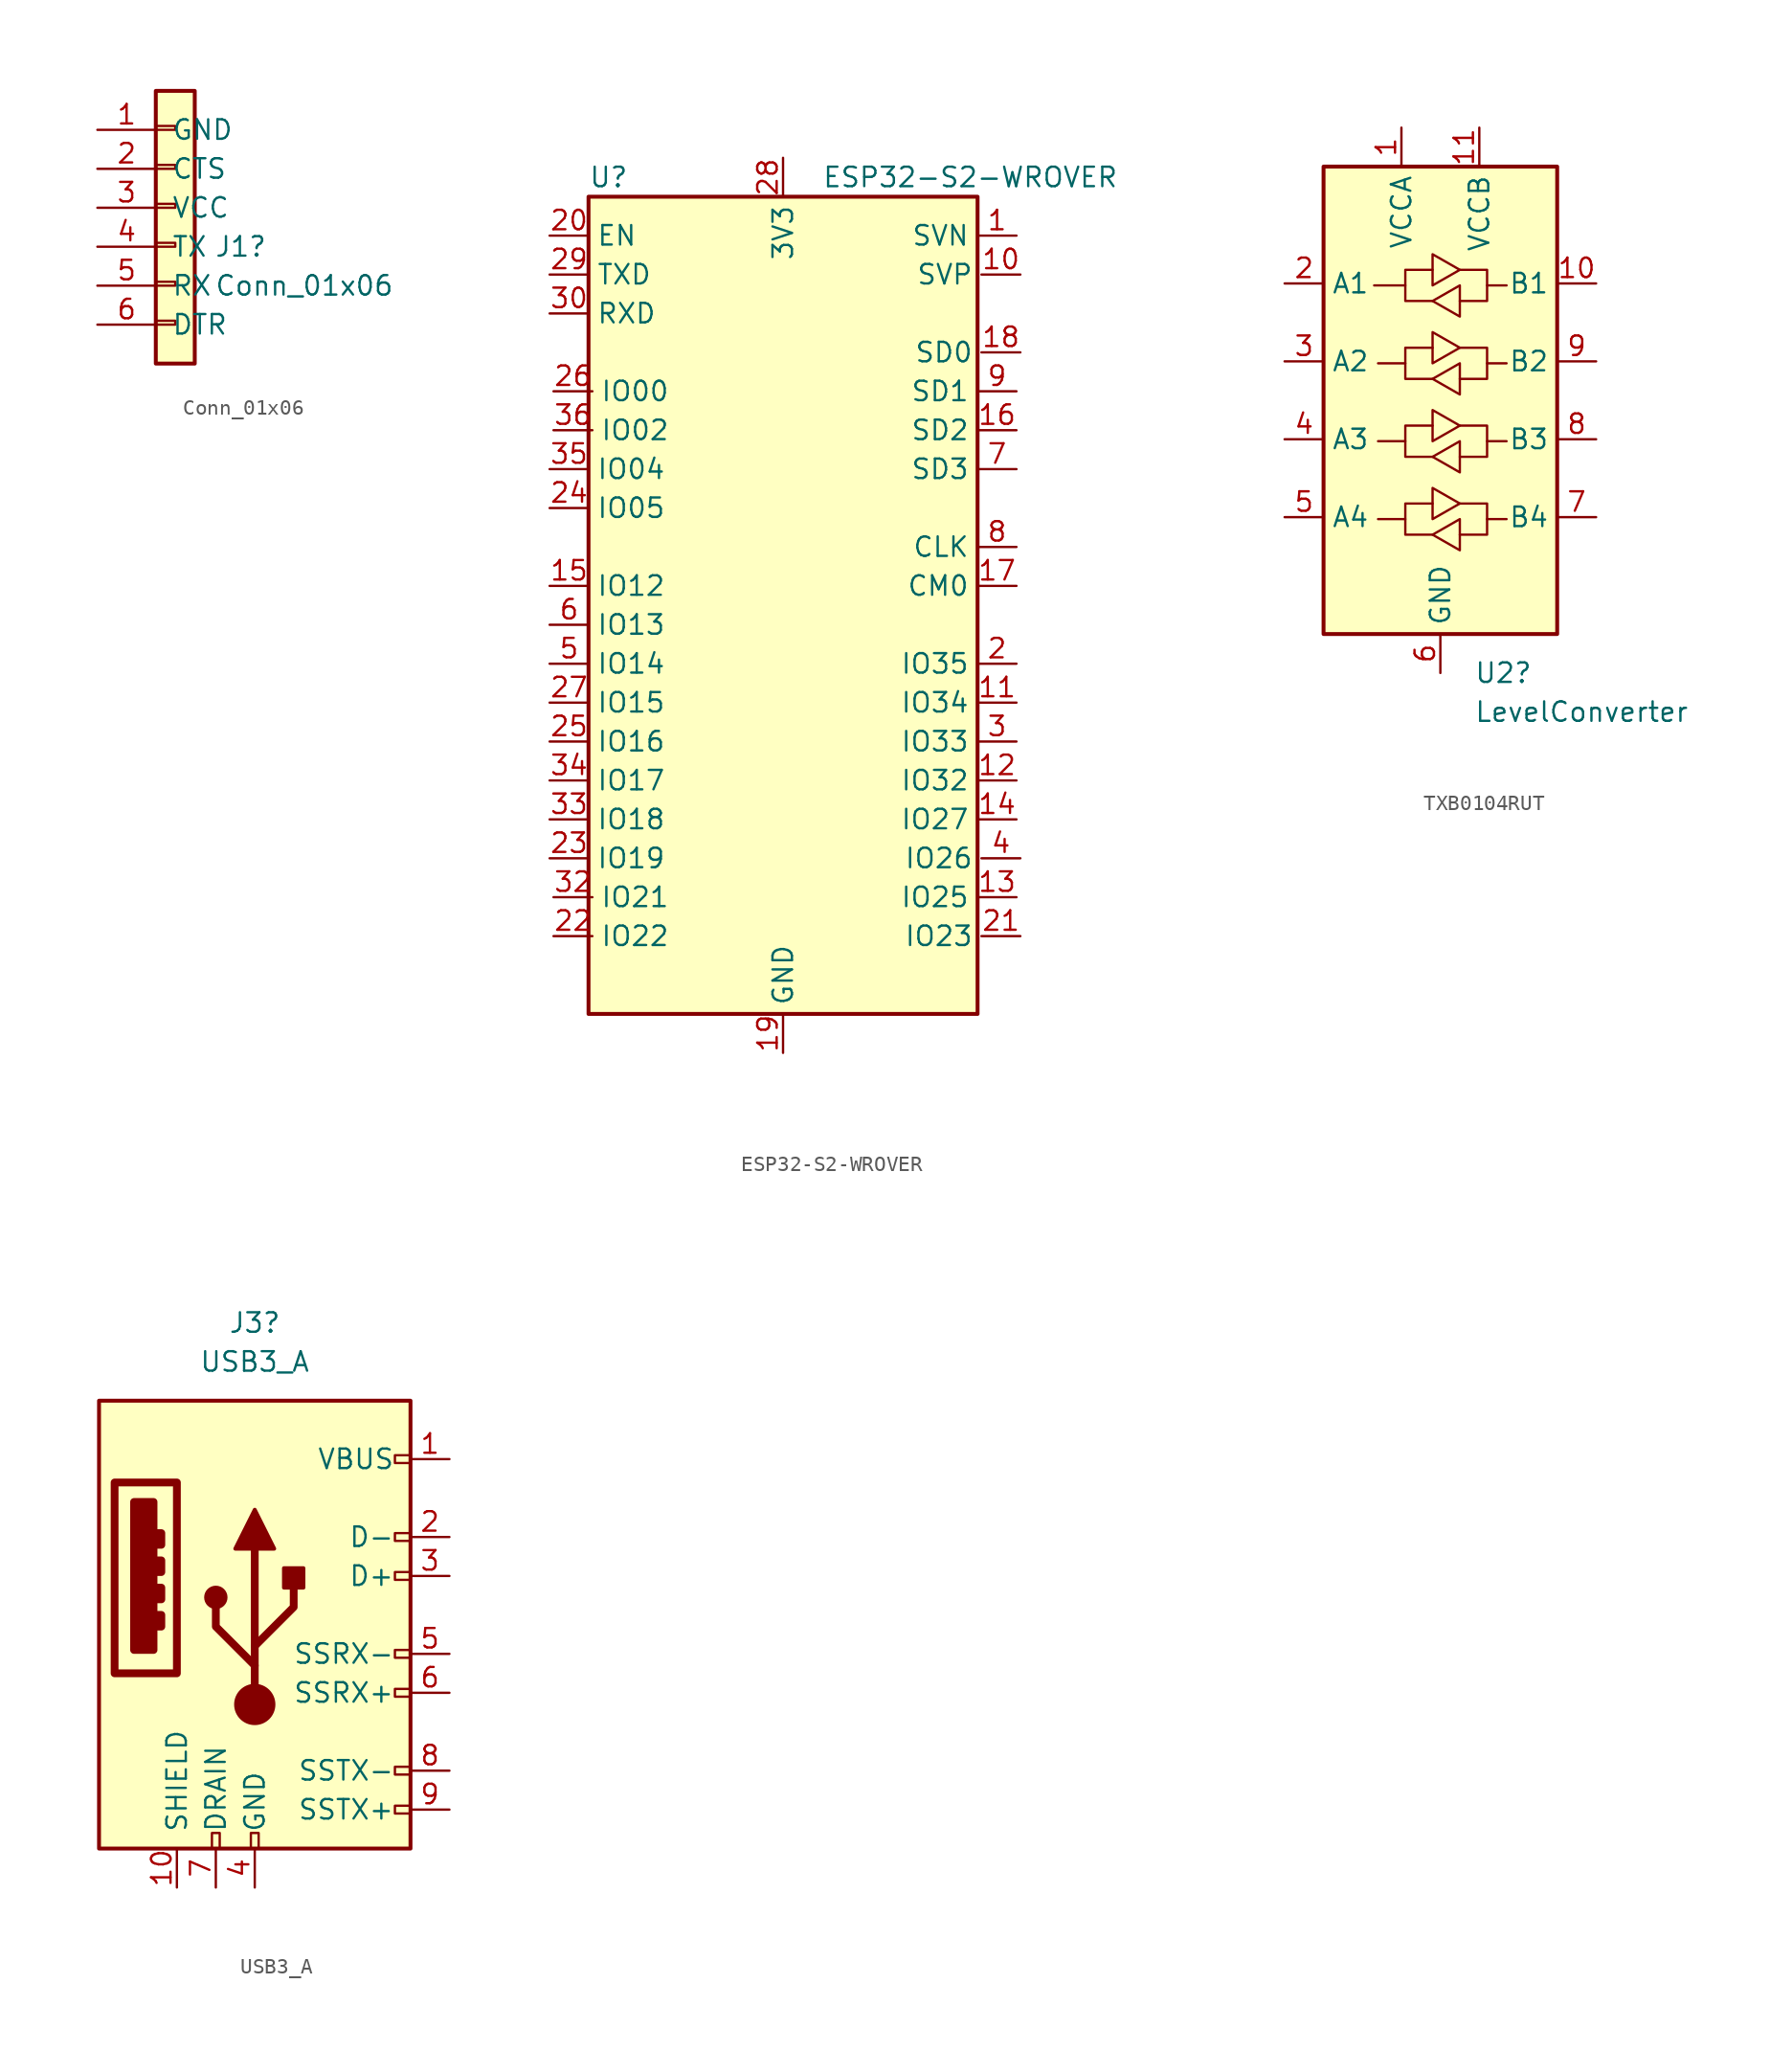
<source format=kicad_sym>
(kicad_symbol_lib
  (version 20220914)
  (generator kicad_symbol_editor)
  (symbol "Conn_01x06"
    (pin_names
      (offset 1.016))
    (property "Reference" "J1"
      (at 2.54 0 0)
      (effects (font (size 1.27 1.27)) (justify left)))
    (property "Value" "Conn_01x06"
      (at 2.54 -2.54 0)
      (effects (font (size 1.27 1.27)) (justify left)))
    (symbol "Conn_01x06_1_1"
      (rectangle (start -1.27 -4.826) (end 0 -5.08) (stroke (width 0.152) (type default)) (fill (type none)))
      (rectangle (start -1.27 -2.286) (end 0 -2.54) (stroke (width 0.152) (type default)) (fill (type none)))
      (rectangle (start -1.27 0.254) (end 0 0) (stroke (width 0.152) (type default)) (fill (type none)))
      (rectangle (start -1.27 2.794) (end 0 2.54) (stroke (width 0.152) (type default)) (fill (type none)))
      (rectangle (start -1.27 5.334) (end 0 5.08) (stroke (width 0.152) (type default)) (fill (type none)))
      (rectangle (start -1.27 7.874) (end 0 7.62) (stroke (width 0.152) (type default)) (fill (type none)))
      (rectangle (start -1.27 10.16) (end 1.27 -7.62) (stroke (width 0.254) (type default)) (fill (type background)))
      (pin passive line (at -5.08 7.62 0) (length 3.81) (name "GND" (effects (font (size 1.27 1.27)))) (number "1" (effects (font (size 1.27 1.27)))))
      (pin passive line (at -5.08 5.08 0) (length 3.81) (name "CTS" (effects (font (size 1.27 1.27)))) (number "2" (effects (font (size 1.27 1.27)))))
      (pin passive line (at -5.08 2.54 0) (length 3.81) (name "VCC" (effects (font (size 1.27 1.27)))) (number "3" (effects (font (size 1.27 1.27)))))
      (pin passive line (at -5.08 0 0) (length 3.81) (name "TX" (effects (font (size 1.27 1.27)))) (number "4" (effects (font (size 1.27 1.27)))))
      (pin passive line (at -5.08 -2.54 0) (length 3.81) (name "RX" (effects (font (size 1.27 1.27)))) (number "5" (effects (font (size 1.27 1.27)))))
      (pin passive line (at -5.08 -5.08 0) (length 3.81) (name "DTR" (effects (font (size 1.27 1.27)))) (number "6" (effects (font (size 1.27 1.27)))))))
  (symbol "ESP32-S2-WROVER"
    (property "Reference" "U"
      (at -12.7 29.21 0)
      (effects (font (size 1.27 1.27)) (justify left)))
    (property "Value" "ESP32-S2-WROVER"
      (at 2.54 29.21 0)
      (effects (font (size 1.27 1.27)) (justify left)))
    (symbol "ESP32-S2-WROVER_0_1"
      (rectangle (start -12.7 27.94) (end 12.7 -25.4) (stroke (width 0.254) (type default)) (fill (type background))))
    (symbol "ESP32-S2-WROVER_1_1"
      (pin bidirectional line (at 15.24 25.4 180) (length 2.54) (name "SVN" (effects (font (size 1.27 1.27)))) (number "1" (effects (font (size 1.27 1.27)))))
      (pin bidirectional line (at 15.494 22.86 180) (length 2.54) (name "SVP" (effects (font (size 1.27 1.27)))) (number "10" (effects (font (size 1.27 1.27)))))
      (pin bidirectional line (at 15.24 -5.08 180) (length 2.54) (name "IO34" (effects (font (size 1.27 1.27)))) (number "11" (effects (font (size 1.27 1.27)))))
      (pin bidirectional line (at 15.24 -10.16 180) (length 2.54) (name "IO32" (effects (font (size 1.27 1.27)))) (number "12" (effects (font (size 1.27 1.27)))))
      (pin bidirectional line (at 15.24 -17.78 180) (length 2.54) (name "IO25" (effects (font (size 1.27 1.27)))) (number "13" (effects (font (size 1.27 1.27)))))
      (pin bidirectional line (at 15.24 -12.7 180) (length 2.54) (name "IO27" (effects (font (size 1.27 1.27)))) (number "14" (effects (font (size 1.27 1.27)))))
      (pin bidirectional line (at -15.24 2.54 0) (length 2.54) (name "IO12" (effects (font (size 1.27 1.27)))) (number "15" (effects (font (size 1.27 1.27)))))
      (pin bidirectional line (at 15.24 12.7 180) (length 2.54) (name "SD2" (effects (font (size 1.27 1.27)))) (number "16" (effects (font (size 1.27 1.27)))))
      (pin bidirectional line (at 15.24 2.54 180) (length 2.54) (name "CM0" (effects (font (size 1.27 1.27)))) (number "17" (effects (font (size 1.27 1.27)))))
      (pin bidirectional line (at 15.494 17.78 180) (length 2.54) (name "SD0" (effects (font (size 1.27 1.27)))) (number "18" (effects (font (size 1.27 1.27)))))
      (pin power_in line (at 0 -27.94 90) (length 2.54) (name "GND" (effects (font (size 1.27 1.27)))) (number "19" (effects (font (size 1.27 1.27)))))
      (pin bidirectional line (at 15.24 -2.54 180) (length 2.54) (name "IO35" (effects (font (size 1.27 1.27)))) (number "2" (effects (font (size 1.27 1.27)))))
      (pin input line (at -15.24 25.4 0) (length 2.54) (name "EN" (effects (font (size 1.27 1.27)))) (number "20" (effects (font (size 1.27 1.27)))))
      (pin bidirectional line (at 15.494 -20.32 180) (length 2.54) (name "IO23" (effects (font (size 1.27 1.27)))) (number "21" (effects (font (size 1.27 1.27)))))
      (pin bidirectional line (at -14.986 -20.32 0) (length 2.54) (name "IO22" (effects (font (size 1.27 1.27)))) (number "22" (effects (font (size 1.27 1.27)))))
      (pin bidirectional line (at -15.24 -15.24 0) (length 2.54) (name "IO19" (effects (font (size 1.27 1.27)))) (number "23" (effects (font (size 1.27 1.27)))))
      (pin bidirectional line (at -15.24 7.62 0) (length 2.54) (name "IO05" (effects (font (size 1.27 1.27)))) (number "24" (effects (font (size 1.27 1.27)))))
      (pin bidirectional line (at -15.24 -7.62 0) (length 2.54) (name "IO16" (effects (font (size 1.27 1.27)))) (number "25" (effects (font (size 1.27 1.27)))))
      (pin bidirectional line (at -14.986 15.24 0) (length 2.54) (name "IO00" (effects (font (size 1.27 1.27)))) (number "26" (effects (font (size 1.27 1.27)))))
      (pin bidirectional line (at -15.24 -5.08 0) (length 2.54) (name "IO15" (effects (font (size 1.27 1.27)))) (number "27" (effects (font (size 1.27 1.27)))))
      (pin power_in line (at 0 30.48 270) (length 2.54) (name "3V3" (effects (font (size 1.27 1.27)))) (number "28" (effects (font (size 1.27 1.27)))))
      (pin bidirectional line (at -15.24 22.86 0) (length 2.54) (name "TXD" (effects (font (size 1.27 1.27)))) (number "29" (effects (font (size 1.27 1.27)))))
      (pin bidirectional line (at 15.24 -7.62 180) (length 2.54) (name "IO33" (effects (font (size 1.27 1.27)))) (number "3" (effects (font (size 1.27 1.27)))))
      (pin bidirectional line (at -15.24 20.32 0) (length 2.54) (name "RXD" (effects (font (size 1.27 1.27)))) (number "30" (effects (font (size 1.27 1.27)))))
      (pin passive line (at 0 -27.94 90) (length 2.54) hide (name "GND" (effects (font (size 1.27 1.27)))) (number "31" (effects (font (size 1.27 1.27)))))
      (pin bidirectional line (at -14.986 -17.78 0) (length 2.54) (name "IO21" (effects (font (size 1.27 1.27)))) (number "32" (effects (font (size 1.27 1.27)))))
      (pin bidirectional line (at -15.24 -12.7 0) (length 2.54) (name "IO18" (effects (font (size 1.27 1.27)))) (number "33" (effects (font (size 1.27 1.27)))))
      (pin bidirectional line (at -15.24 -10.16 0) (length 2.54) (name "IO17" (effects (font (size 1.27 1.27)))) (number "34" (effects (font (size 1.27 1.27)))))
      (pin bidirectional line (at -15.24 10.16 0) (length 2.54) (name "IO04" (effects (font (size 1.27 1.27)))) (number "35" (effects (font (size 1.27 1.27)))))
      (pin bidirectional line (at -14.986 12.7 0) (length 2.54) (name "IO02" (effects (font (size 1.27 1.27)))) (number "36" (effects (font (size 1.27 1.27)))))
      (pin bidirectional line (at 15.494 -15.24 180) (length 2.54) (name "IO26" (effects (font (size 1.27 1.27)))) (number "4" (effects (font (size 1.27 1.27)))))
      (pin bidirectional line (at -15.24 -2.54 0) (length 2.54) (name "IO14" (effects (font (size 1.27 1.27)))) (number "5" (effects (font (size 1.27 1.27)))))
      (pin bidirectional line (at -15.24 0 0) (length 2.54) (name "IO13" (effects (font (size 1.27 1.27)))) (number "6" (effects (font (size 1.27 1.27)))))
      (pin bidirectional line (at 15.24 10.16 180) (length 2.54) (name "SD3" (effects (font (size 1.27 1.27)))) (number "7" (effects (font (size 1.27 1.27)))))
      (pin bidirectional line (at 15.24 5.08 180) (length 2.54) (name "CLK" (effects (font (size 1.27 1.27)))) (number "8" (effects (font (size 1.27 1.27)))))
      (pin input line (at 15.24 15.24 180) (length 2.54) (name "SD1" (effects (font (size 1.27 1.27)))) (number "9" (effects (font (size 1.27 1.27)))))))
  (symbol "TXB0104RUT"
    (property "Reference" "U2"
      (at 2.194 -17.78 0)
      (effects (font (size 1.27 1.27)) (justify left)))
    (property "Value" "LevelConverter"
      (at 2.194 -20.32 0)
      (effects (font (size 1.27 1.27)) (justify left)))
    (symbol "TXB0104RUT_0_1"
      (rectangle (start -7.62 15.24) (end 7.62 -15.24) (stroke (width 0.254) (type default)) (fill (type background)))
      (polyline (pts (xy -2.286 -7.747) (xy -2.286 -6.731) (xy -0.508 -6.731)) (stroke (width 0) (type default)) (fill (type none)))
      (polyline (pts (xy -2.286 -2.667) (xy -2.286 -1.651) (xy -0.508 -1.651)) (stroke (width 0) (type default)) (fill (type none)))
      (polyline (pts (xy -2.286 2.413) (xy -2.286 3.429) (xy -0.508 3.429)) (stroke (width 0) (type default)) (fill (type none)))
      (polyline (pts (xy -2.286 7.493) (xy -2.286 8.509) (xy -0.508 8.509)) (stroke (width 0) (type default)) (fill (type none)))
      (polyline (pts (xy 3.048 -7.747) (xy 3.048 -8.763) (xy 1.27 -8.763)) (stroke (width 0) (type default)) (fill (type none)))
      (polyline (pts (xy 3.048 -2.667) (xy 3.048 -3.683) (xy 1.27 -3.683)) (stroke (width 0) (type default)) (fill (type none)))
      (polyline (pts (xy 3.048 2.413) (xy 3.048 1.397) (xy 1.27 1.397)) (stroke (width 0) (type default)) (fill (type none)))
      (polyline (pts (xy 3.048 7.493) (xy 3.048 6.477) (xy 1.27 6.477)) (stroke (width 0) (type default)) (fill (type none)))
      (polyline (pts (xy -0.508 -8.763) (xy -2.286 -8.763) (xy -2.286 -7.747) (xy -4.064 -7.747)) (stroke (width 0) (type default)) (fill (type none)))
      (polyline (pts (xy -0.508 -8.763) (xy 1.27 -7.747) (xy 1.27 -9.779) (xy -0.508 -8.763)) (stroke (width 0) (type default)) (fill (type none)))
      (polyline (pts (xy -0.508 -3.683) (xy -2.286 -3.683) (xy -2.286 -2.667) (xy -4.064 -2.667)) (stroke (width 0) (type default)) (fill (type none)))
      (polyline (pts (xy -0.508 -3.683) (xy 1.27 -2.667) (xy 1.27 -4.699) (xy -0.508 -3.683)) (stroke (width 0) (type default)) (fill (type none)))
      (polyline (pts (xy -0.508 1.397) (xy -2.286 1.397) (xy -2.286 2.413) (xy -4.064 2.413)) (stroke (width 0) (type default)) (fill (type none)))
      (polyline (pts (xy -0.508 1.397) (xy 1.27 2.413) (xy 1.27 0.381) (xy -0.508 1.397)) (stroke (width 0) (type default)) (fill (type none)))
      (polyline (pts (xy -0.508 6.477) (xy -2.286 6.477) (xy -2.286 7.493) (xy -4.318 7.493)) (stroke (width 0) (type default)) (fill (type none)))
      (polyline (pts (xy -0.508 6.477) (xy 1.27 7.493) (xy 1.27 5.461) (xy -0.508 6.477)) (stroke (width 0) (type default)) (fill (type none)))
      (polyline (pts (xy 1.27 -6.731) (xy -0.508 -7.747) (xy -0.508 -5.715) (xy 1.27 -6.731)) (stroke (width 0) (type default)) (fill (type none)))
      (polyline (pts (xy 1.27 -6.731) (xy 3.048 -6.731) (xy 3.048 -7.747) (xy 4.318 -7.747)) (stroke (width 0) (type default)) (fill (type none)))
      (polyline (pts (xy 1.27 -1.651) (xy -0.508 -2.667) (xy -0.508 -0.635) (xy 1.27 -1.651)) (stroke (width 0) (type default)) (fill (type none)))
      (polyline (pts (xy 1.27 -1.651) (xy 3.048 -1.651) (xy 3.048 -2.667) (xy 4.318 -2.667)) (stroke (width 0) (type default)) (fill (type none)))
      (polyline (pts (xy 1.27 3.429) (xy -0.508 2.413) (xy -0.508 4.445) (xy 1.27 3.429)) (stroke (width 0) (type default)) (fill (type none)))
      (polyline (pts (xy 1.27 3.429) (xy 3.048 3.429) (xy 3.048 2.413) (xy 4.318 2.413)) (stroke (width 0) (type default)) (fill (type none)))
      (polyline (pts (xy 1.27 8.509) (xy -0.508 7.493) (xy -0.508 9.525) (xy 1.27 8.509)) (stroke (width 0) (type default)) (fill (type none)))
      (polyline (pts (xy 1.27 8.509) (xy 3.048 8.509) (xy 3.048 7.493) (xy 4.318 7.493)) (stroke (width 0) (type default)) (fill (type none))))
    (symbol "TXB0104RUT_1_1"
      (pin power_in line (at -2.54 17.78 270) (length 2.54) (name "VCCA" (effects (font (size 1.27 1.27)))) (number "1" (effects (font (size 1.27 1.27)))))
      (pin tri_state line (at 10.16 7.62 180) (length 2.54) (name "B1" (effects (font (size 1.27 1.27)))) (number "10" (effects (font (size 1.27 1.27)))))
      (pin power_in line (at 2.54 17.78 270) (length 2.54) (name "VCCB" (effects (font (size 1.27 1.27)))) (number "11" (effects (font (size 1.27 1.27)))))
      (pin tri_state line (at -10.16 7.62 0) (length 2.54) (name "A1" (effects (font (size 1.27 1.27)))) (number "2" (effects (font (size 1.27 1.27)))))
      (pin tri_state line (at -10.16 2.54 0) (length 2.54) (name "A2" (effects (font (size 1.27 1.27)))) (number "3" (effects (font (size 1.27 1.27)))))
      (pin tri_state line (at -10.16 -2.54 0) (length 2.54) (name "A3" (effects (font (size 1.27 1.27)))) (number "4" (effects (font (size 1.27 1.27)))))
      (pin tri_state line (at -10.16 -7.62 0) (length 2.54) (name "A4" (effects (font (size 1.27 1.27)))) (number "5" (effects (font (size 1.27 1.27)))))
      (pin power_in line (at 0 -17.78 90) (length 2.54) (name "GND" (effects (font (size 1.27 1.27)))) (number "6" (effects (font (size 1.27 1.27)))))
      (pin tri_state line (at 10.16 -7.62 180) (length 2.54) (name "B4" (effects (font (size 1.27 1.27)))) (number "7" (effects (font (size 1.27 1.27)))))
      (pin tri_state line (at 10.16 -2.54 180) (length 2.54) (name "B3" (effects (font (size 1.27 1.27)))) (number "8" (effects (font (size 1.27 1.27)))))
      (pin tri_state line (at 10.16 2.54 180) (length 2.54) (name "B2" (effects (font (size 1.27 1.27)))) (number "9" (effects (font (size 1.27 1.27)))))))
  (symbol "USB3_A"
    (pin_names
      (offset 1.016))
    (property "Reference" "J3"
      (at 0 19.05 0)
      (effects (font (size 1.27 1.27))))
    (property "Value" "USB3_A"
      (at 0 16.51 0)
      (effects (font (size 1.27 1.27))))
    (symbol "USB3_A_0_0"
      (rectangle (start -9.144 8.636) (end -5.08 -3.81) (stroke (width 0.508) (type default)) (fill (type none)))
      (rectangle (start -7.874 7.366) (end -6.604 -2.286) (stroke (width 0.508) (type default)) (fill (type outline)))
      (rectangle (start -6.35 0) (end -6.096 -0.762) (stroke (width 0.508) (type default)) (fill (type none)))
      (rectangle (start -6.35 1.778) (end -6.096 1.016) (stroke (width 0.508) (type default)) (fill (type none)))
      (rectangle (start -6.35 3.556) (end -6.096 2.794) (stroke (width 0.508) (type default)) (fill (type none)))
      (rectangle (start -6.35 5.334) (end -6.096 4.572) (stroke (width 0.508) (type default)) (fill (type none)))
      (rectangle (start -2.794 -15.24) (end -2.286 -14.224) (stroke (width 0) (type default)) (fill (type none)))
      (rectangle (start -0.254 -15.24) (end 0.254 -14.224) (stroke (width 0) (type default)) (fill (type none)))
      (rectangle (start 10.16 -12.446) (end 9.144 -12.954) (stroke (width 0) (type default)) (fill (type none)))
      (rectangle (start 10.16 -9.906) (end 9.144 -10.414) (stroke (width 0) (type default)) (fill (type none)))
      (rectangle (start 10.16 -4.826) (end 9.144 -5.334) (stroke (width 0) (type default)) (fill (type none)))
      (rectangle (start 10.16 -2.286) (end 9.144 -2.794) (stroke (width 0) (type default)) (fill (type none)))
      (rectangle (start 10.16 2.794) (end 9.144 2.286) (stroke (width 0) (type default)) (fill (type none)))
      (rectangle (start 10.16 5.334) (end 9.144 4.826) (stroke (width 0) (type default)) (fill (type none)))
      (rectangle (start 10.16 10.414) (end 9.144 9.906) (stroke (width 0) (type default)) (fill (type none))))
    (symbol "USB3_A_0_1"
      (rectangle (start -10.16 13.97) (end 10.16 -15.24) (stroke (width 0.254) (type default)) (fill (type background))))
    (symbol "USB3_A_1_1"
      (circle (center -2.54 1.143) (radius 0.635) (stroke (width 0.254) (type default)) (fill (type outline)))
      (circle (center 0 -5.842) (radius 1.27) (stroke (width 0) (type default)) (fill (type outline)))
      (polyline (pts (xy 0 -5.842) (xy 0 4.318)) (stroke (width 0.508) (type default)) (fill (type none)))
      (polyline (pts (xy 0 -3.302) (xy -2.54 -0.762) (xy -2.54 0.508)) (stroke (width 0.508) (type default)) (fill (type none)))
      (polyline (pts (xy 0 -2.032) (xy 2.54 0.508) (xy 2.54 1.778)) (stroke (width 0.508) (type default)) (fill (type none)))
      (polyline (pts (xy -1.27 4.318) (xy 0 6.858) (xy 1.27 4.318) (xy -1.27 4.318)) (stroke (width 0.254) (type default)) (fill (type outline)))
      (rectangle (start 1.905 1.778) (end 3.175 3.048) (stroke (width 0.254) (type default)) (fill (type outline)))
      (pin power_in line (at 12.7 10.16 180) (length 2.54) (name "VBUS" (effects (font (size 1.27 1.27)))) (number "1" (effects (font (size 1.27 1.27)))))
      (pin passive line (at -5.08 -17.78 90) (length 2.54) (name "SHIELD" (effects (font (size 1.27 1.27)))) (number "10" (effects (font (size 1.27 1.27)))))
      (pin bidirectional line (at 12.7 5.08 180) (length 2.54) (name "D-" (effects (font (size 1.27 1.27)))) (number "2" (effects (font (size 1.27 1.27)))))
      (pin bidirectional line (at 12.7 2.54 180) (length 2.54) (name "D+" (effects (font (size 1.27 1.27)))) (number "3" (effects (font (size 1.27 1.27)))))
      (pin power_in line (at 0 -17.78 90) (length 2.54) (name "GND" (effects (font (size 1.27 1.27)))) (number "4" (effects (font (size 1.27 1.27)))))
      (pin output line (at 12.7 -2.54 180) (length 2.54) (name "SSRX-" (effects (font (size 1.27 1.27)))) (number "5" (effects (font (size 1.27 1.27)))))
      (pin output line (at 12.7 -5.08 180) (length 2.54) (name "SSRX+" (effects (font (size 1.27 1.27)))) (number "6" (effects (font (size 1.27 1.27)))))
      (pin passive line (at -2.54 -17.78 90) (length 2.54) (name "DRAIN" (effects (font (size 1.27 1.27)))) (number "7" (effects (font (size 1.27 1.27)))))
      (pin input line (at 12.7 -10.16 180) (length 2.54) (name "SSTX-" (effects (font (size 1.27 1.27)))) (number "8" (effects (font (size 1.27 1.27)))))
      (pin input line (at 12.7 -12.7 180) (length 2.54) (name "SSTX+" (effects (font (size 1.27 1.27)))) (number "9" (effects (font (size 1.27 1.27))))))))
</source>
